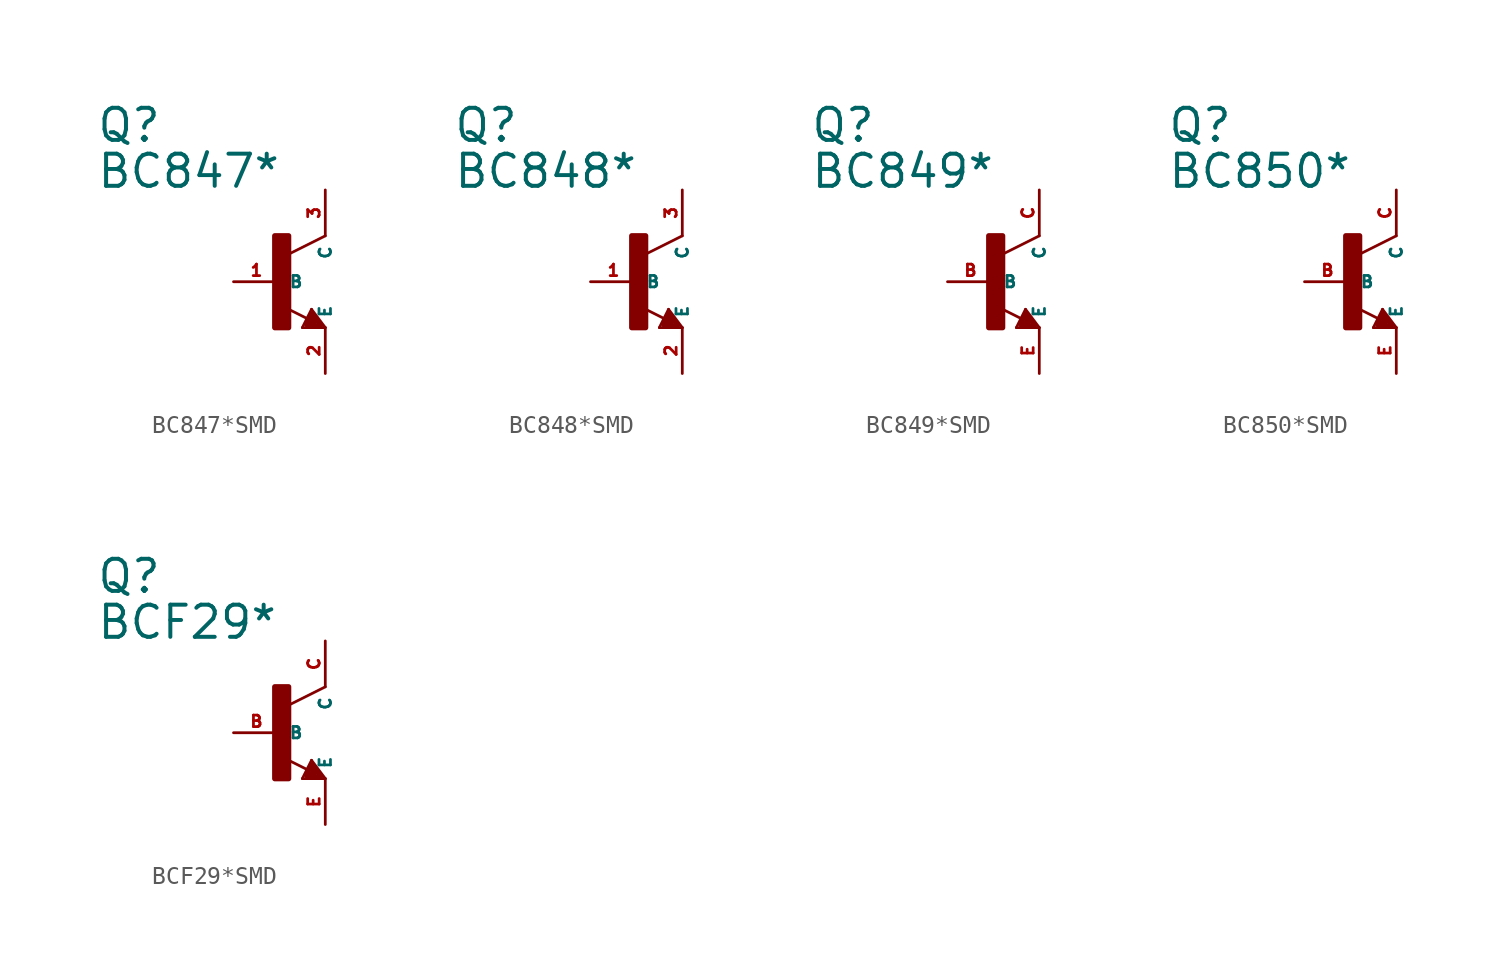
<source format=kicad_sym>
(kicad_symbol_lib
  (version 20220914)
  (generator Eagle2Kicad)
  (symbol "BC847*SMD"
    (property "Reference" "Q"
      (at -10.16 7.62 0)
      (effects (font (size 1.778 1.778) (thickness 0.22)) (justify left bottom)))
    (property "Value" "BC847*"
      (at -10.16 5.08 0)
      (effects (font (size 1.778 1.778) (thickness 0.22)) (justify left bottom)))
    (polyline
      (pts (xy 2.54 2.54) (xy 0.508 1.524))
      (stroke (width 0.152) (type default))
      (fill (type none)))
    (polyline
      (pts (xy 1.778 -1.524) (xy 2.54 -2.54))
      (stroke (width 0.152) (type default))
      (fill (type none)))
    (polyline
      (pts (xy 2.54 -2.54) (xy 1.27 -2.54))
      (stroke (width 0.152) (type default))
      (fill (type none)))
    (polyline
      (pts (xy 1.27 -2.54) (xy 1.778 -1.524))
      (stroke (width 0.152) (type default))
      (fill (type none)))
    (polyline
      (pts (xy 1.54 -2.04) (xy 0.308 -1.424))
      (stroke (width 0.152) (type default))
      (fill (type none)))
    (polyline
      (pts (xy 1.524 -2.413) (xy 2.286 -2.413))
      (stroke (width 0.254) (type default))
      (fill (type none)))
    (polyline
      (pts (xy 2.286 -2.413) (xy 1.778 -1.778))
      (stroke (width 0.254) (type default))
      (fill (type none)))
    (polyline
      (pts (xy 1.778 -1.778) (xy 1.524 -2.286))
      (stroke (width 0.254) (type default))
      (fill (type none)))
    (polyline
      (pts (xy 1.524 -2.286) (xy 1.905 -2.286))
      (stroke (width 0.254) (type default))
      (fill (type none)))
    (polyline
      (pts (xy 1.905 -2.286) (xy 1.778 -2.032))
      (stroke (width 0.254) (type default))
      (fill (type none)))
    (rectangle
      (start -0.254 -2.54)
      (end 0.508 2.54)
      (stroke (width 0.3) (type default))
      (fill (type outline)))
    (pin passive line
      (at -2.54 0 0)
      (length 2.54)
      (name "B" (effects (font (size 0.635 0.635) (thickness 0.08)) (justify left bottom)))
      (number "1" (effects (font (size 0.635 0.635) (thickness 0.08)) (justify left bottom))))
    (pin passive line
      (at 2.54 -5.08 90)
      (length 2.54)
      (name "E" (effects (font (size 0.635 0.635) (thickness 0.08)) (justify left bottom)))
      (number "2" (effects (font (size 0.635 0.635) (thickness 0.08)) (justify left bottom))))
    (pin passive line
      (at 2.54 5.08 270)
      (length 2.54)
      (name "C" (effects (font (size 0.635 0.635) (thickness 0.08)) (justify left bottom)))
      (number "3" (effects (font (size 0.635 0.635) (thickness 0.08)) (justify left bottom)))))
  (symbol "BC848*SMD"
    (property "Reference" "Q"
      (at -10.16 7.62 0)
      (effects (font (size 1.778 1.778) (thickness 0.22)) (justify left bottom)))
    (property "Value" "BC848*"
      (at -10.16 5.08 0)
      (effects (font (size 1.778 1.778) (thickness 0.22)) (justify left bottom)))
    (polyline
      (pts (xy 2.54 2.54) (xy 0.508 1.524))
      (stroke (width 0.152) (type default))
      (fill (type none)))
    (polyline
      (pts (xy 1.778 -1.524) (xy 2.54 -2.54))
      (stroke (width 0.152) (type default))
      (fill (type none)))
    (polyline
      (pts (xy 2.54 -2.54) (xy 1.27 -2.54))
      (stroke (width 0.152) (type default))
      (fill (type none)))
    (polyline
      (pts (xy 1.27 -2.54) (xy 1.778 -1.524))
      (stroke (width 0.152) (type default))
      (fill (type none)))
    (polyline
      (pts (xy 1.54 -2.04) (xy 0.308 -1.424))
      (stroke (width 0.152) (type default))
      (fill (type none)))
    (polyline
      (pts (xy 1.524 -2.413) (xy 2.286 -2.413))
      (stroke (width 0.254) (type default))
      (fill (type none)))
    (polyline
      (pts (xy 2.286 -2.413) (xy 1.778 -1.778))
      (stroke (width 0.254) (type default))
      (fill (type none)))
    (polyline
      (pts (xy 1.778 -1.778) (xy 1.524 -2.286))
      (stroke (width 0.254) (type default))
      (fill (type none)))
    (polyline
      (pts (xy 1.524 -2.286) (xy 1.905 -2.286))
      (stroke (width 0.254) (type default))
      (fill (type none)))
    (polyline
      (pts (xy 1.905 -2.286) (xy 1.778 -2.032))
      (stroke (width 0.254) (type default))
      (fill (type none)))
    (rectangle
      (start -0.254 -2.54)
      (end 0.508 2.54)
      (stroke (width 0.3) (type default))
      (fill (type outline)))
    (pin passive line
      (at -2.54 0 0)
      (length 2.54)
      (name "B" (effects (font (size 0.635 0.635) (thickness 0.08)) (justify left bottom)))
      (number "1" (effects (font (size 0.635 0.635) (thickness 0.08)) (justify left bottom))))
    (pin passive line
      (at 2.54 -5.08 90)
      (length 2.54)
      (name "E" (effects (font (size 0.635 0.635) (thickness 0.08)) (justify left bottom)))
      (number "2" (effects (font (size 0.635 0.635) (thickness 0.08)) (justify left bottom))))
    (pin passive line
      (at 2.54 5.08 270)
      (length 2.54)
      (name "C" (effects (font (size 0.635 0.635) (thickness 0.08)) (justify left bottom)))
      (number "3" (effects (font (size 0.635 0.635) (thickness 0.08)) (justify left bottom)))))
  (symbol "BC849*SMD"
    (property "Reference" "Q"
      (at -10.16 7.62 0)
      (effects (font (size 1.778 1.778) (thickness 0.22)) (justify left bottom)))
    (property "Value" "BC849*"
      (at -10.16 5.08 0)
      (effects (font (size 1.778 1.778) (thickness 0.22)) (justify left bottom)))
    (polyline
      (pts (xy 2.54 2.54) (xy 0.508 1.524))
      (stroke (width 0.152) (type default))
      (fill (type none)))
    (polyline
      (pts (xy 1.778 -1.524) (xy 2.54 -2.54))
      (stroke (width 0.152) (type default))
      (fill (type none)))
    (polyline
      (pts (xy 2.54 -2.54) (xy 1.27 -2.54))
      (stroke (width 0.152) (type default))
      (fill (type none)))
    (polyline
      (pts (xy 1.27 -2.54) (xy 1.778 -1.524))
      (stroke (width 0.152) (type default))
      (fill (type none)))
    (polyline
      (pts (xy 1.54 -2.04) (xy 0.308 -1.424))
      (stroke (width 0.152) (type default))
      (fill (type none)))
    (polyline
      (pts (xy 1.524 -2.413) (xy 2.286 -2.413))
      (stroke (width 0.254) (type default))
      (fill (type none)))
    (polyline
      (pts (xy 2.286 -2.413) (xy 1.778 -1.778))
      (stroke (width 0.254) (type default))
      (fill (type none)))
    (polyline
      (pts (xy 1.778 -1.778) (xy 1.524 -2.286))
      (stroke (width 0.254) (type default))
      (fill (type none)))
    (polyline
      (pts (xy 1.524 -2.286) (xy 1.905 -2.286))
      (stroke (width 0.254) (type default))
      (fill (type none)))
    (polyline
      (pts (xy 1.905 -2.286) (xy 1.778 -2.032))
      (stroke (width 0.254) (type default))
      (fill (type none)))
    (rectangle
      (start -0.254 -2.54)
      (end 0.508 2.54)
      (stroke (width 0.3) (type default))
      (fill (type outline)))
    (pin passive line
      (at -2.54 0 0)
      (length 2.54)
      (name "B" (effects (font (size 0.635 0.635) (thickness 0.08)) (justify left bottom)))
      (number "B" (effects (font (size 0.635 0.635) (thickness 0.08)) (justify left bottom))))
    (pin passive line
      (at 2.54 -5.08 90)
      (length 2.54)
      (name "E" (effects (font (size 0.635 0.635) (thickness 0.08)) (justify left bottom)))
      (number "E" (effects (font (size 0.635 0.635) (thickness 0.08)) (justify left bottom))))
    (pin passive line
      (at 2.54 5.08 270)
      (length 2.54)
      (name "C" (effects (font (size 0.635 0.635) (thickness 0.08)) (justify left bottom)))
      (number "C" (effects (font (size 0.635 0.635) (thickness 0.08)) (justify left bottom)))))
  (symbol "BC850*SMD"
    (property "Reference" "Q"
      (at -10.16 7.62 0)
      (effects (font (size 1.778 1.778) (thickness 0.22)) (justify left bottom)))
    (property "Value" "BC850*"
      (at -10.16 5.08 0)
      (effects (font (size 1.778 1.778) (thickness 0.22)) (justify left bottom)))
    (polyline
      (pts (xy 2.54 2.54) (xy 0.508 1.524))
      (stroke (width 0.152) (type default))
      (fill (type none)))
    (polyline
      (pts (xy 1.778 -1.524) (xy 2.54 -2.54))
      (stroke (width 0.152) (type default))
      (fill (type none)))
    (polyline
      (pts (xy 2.54 -2.54) (xy 1.27 -2.54))
      (stroke (width 0.152) (type default))
      (fill (type none)))
    (polyline
      (pts (xy 1.27 -2.54) (xy 1.778 -1.524))
      (stroke (width 0.152) (type default))
      (fill (type none)))
    (polyline
      (pts (xy 1.54 -2.04) (xy 0.308 -1.424))
      (stroke (width 0.152) (type default))
      (fill (type none)))
    (polyline
      (pts (xy 1.524 -2.413) (xy 2.286 -2.413))
      (stroke (width 0.254) (type default))
      (fill (type none)))
    (polyline
      (pts (xy 2.286 -2.413) (xy 1.778 -1.778))
      (stroke (width 0.254) (type default))
      (fill (type none)))
    (polyline
      (pts (xy 1.778 -1.778) (xy 1.524 -2.286))
      (stroke (width 0.254) (type default))
      (fill (type none)))
    (polyline
      (pts (xy 1.524 -2.286) (xy 1.905 -2.286))
      (stroke (width 0.254) (type default))
      (fill (type none)))
    (polyline
      (pts (xy 1.905 -2.286) (xy 1.778 -2.032))
      (stroke (width 0.254) (type default))
      (fill (type none)))
    (rectangle
      (start -0.254 -2.54)
      (end 0.508 2.54)
      (stroke (width 0.3) (type default))
      (fill (type outline)))
    (pin passive line
      (at -2.54 0 0)
      (length 2.54)
      (name "B" (effects (font (size 0.635 0.635) (thickness 0.08)) (justify left bottom)))
      (number "B" (effects (font (size 0.635 0.635) (thickness 0.08)) (justify left bottom))))
    (pin passive line
      (at 2.54 -5.08 90)
      (length 2.54)
      (name "E" (effects (font (size 0.635 0.635) (thickness 0.08)) (justify left bottom)))
      (number "E" (effects (font (size 0.635 0.635) (thickness 0.08)) (justify left bottom))))
    (pin passive line
      (at 2.54 5.08 270)
      (length 2.54)
      (name "C" (effects (font (size 0.635 0.635) (thickness 0.08)) (justify left bottom)))
      (number "C" (effects (font (size 0.635 0.635) (thickness 0.08)) (justify left bottom)))))
  (symbol "BCF29*SMD"
    (property "Reference" "Q"
      (at -10.16 7.62 0)
      (effects (font (size 1.778 1.778) (thickness 0.22)) (justify left bottom)))
    (property "Value" "BCF29*"
      (at -10.16 5.08 0)
      (effects (font (size 1.778 1.778) (thickness 0.22)) (justify left bottom)))
    (polyline
      (pts (xy 2.54 2.54) (xy 0.508 1.524))
      (stroke (width 0.152) (type default))
      (fill (type none)))
    (polyline
      (pts (xy 1.778 -1.524) (xy 2.54 -2.54))
      (stroke (width 0.152) (type default))
      (fill (type none)))
    (polyline
      (pts (xy 2.54 -2.54) (xy 1.27 -2.54))
      (stroke (width 0.152) (type default))
      (fill (type none)))
    (polyline
      (pts (xy 1.27 -2.54) (xy 1.778 -1.524))
      (stroke (width 0.152) (type default))
      (fill (type none)))
    (polyline
      (pts (xy 1.54 -2.04) (xy 0.308 -1.424))
      (stroke (width 0.152) (type default))
      (fill (type none)))
    (polyline
      (pts (xy 1.524 -2.413) (xy 2.286 -2.413))
      (stroke (width 0.254) (type default))
      (fill (type none)))
    (polyline
      (pts (xy 2.286 -2.413) (xy 1.778 -1.778))
      (stroke (width 0.254) (type default))
      (fill (type none)))
    (polyline
      (pts (xy 1.778 -1.778) (xy 1.524 -2.286))
      (stroke (width 0.254) (type default))
      (fill (type none)))
    (polyline
      (pts (xy 1.524 -2.286) (xy 1.905 -2.286))
      (stroke (width 0.254) (type default))
      (fill (type none)))
    (polyline
      (pts (xy 1.905 -2.286) (xy 1.778 -2.032))
      (stroke (width 0.254) (type default))
      (fill (type none)))
    (rectangle
      (start -0.254 -2.54)
      (end 0.508 2.54)
      (stroke (width 0.3) (type default))
      (fill (type outline)))
    (pin passive line
      (at -2.54 0 0)
      (length 2.54)
      (name "B" (effects (font (size 0.635 0.635) (thickness 0.08)) (justify left bottom)))
      (number "B" (effects (font (size 0.635 0.635) (thickness 0.08)) (justify left bottom))))
    (pin passive line
      (at 2.54 -5.08 90)
      (length 2.54)
      (name "E" (effects (font (size 0.635 0.635) (thickness 0.08)) (justify left bottom)))
      (number "E" (effects (font (size 0.635 0.635) (thickness 0.08)) (justify left bottom))))
    (pin passive line
      (at 2.54 5.08 270)
      (length 2.54)
      (name "C" (effects (font (size 0.635 0.635) (thickness 0.08)) (justify left bottom)))
      (number "C" (effects (font (size 0.635 0.635) (thickness 0.08)) (justify left bottom))))))
</source>
